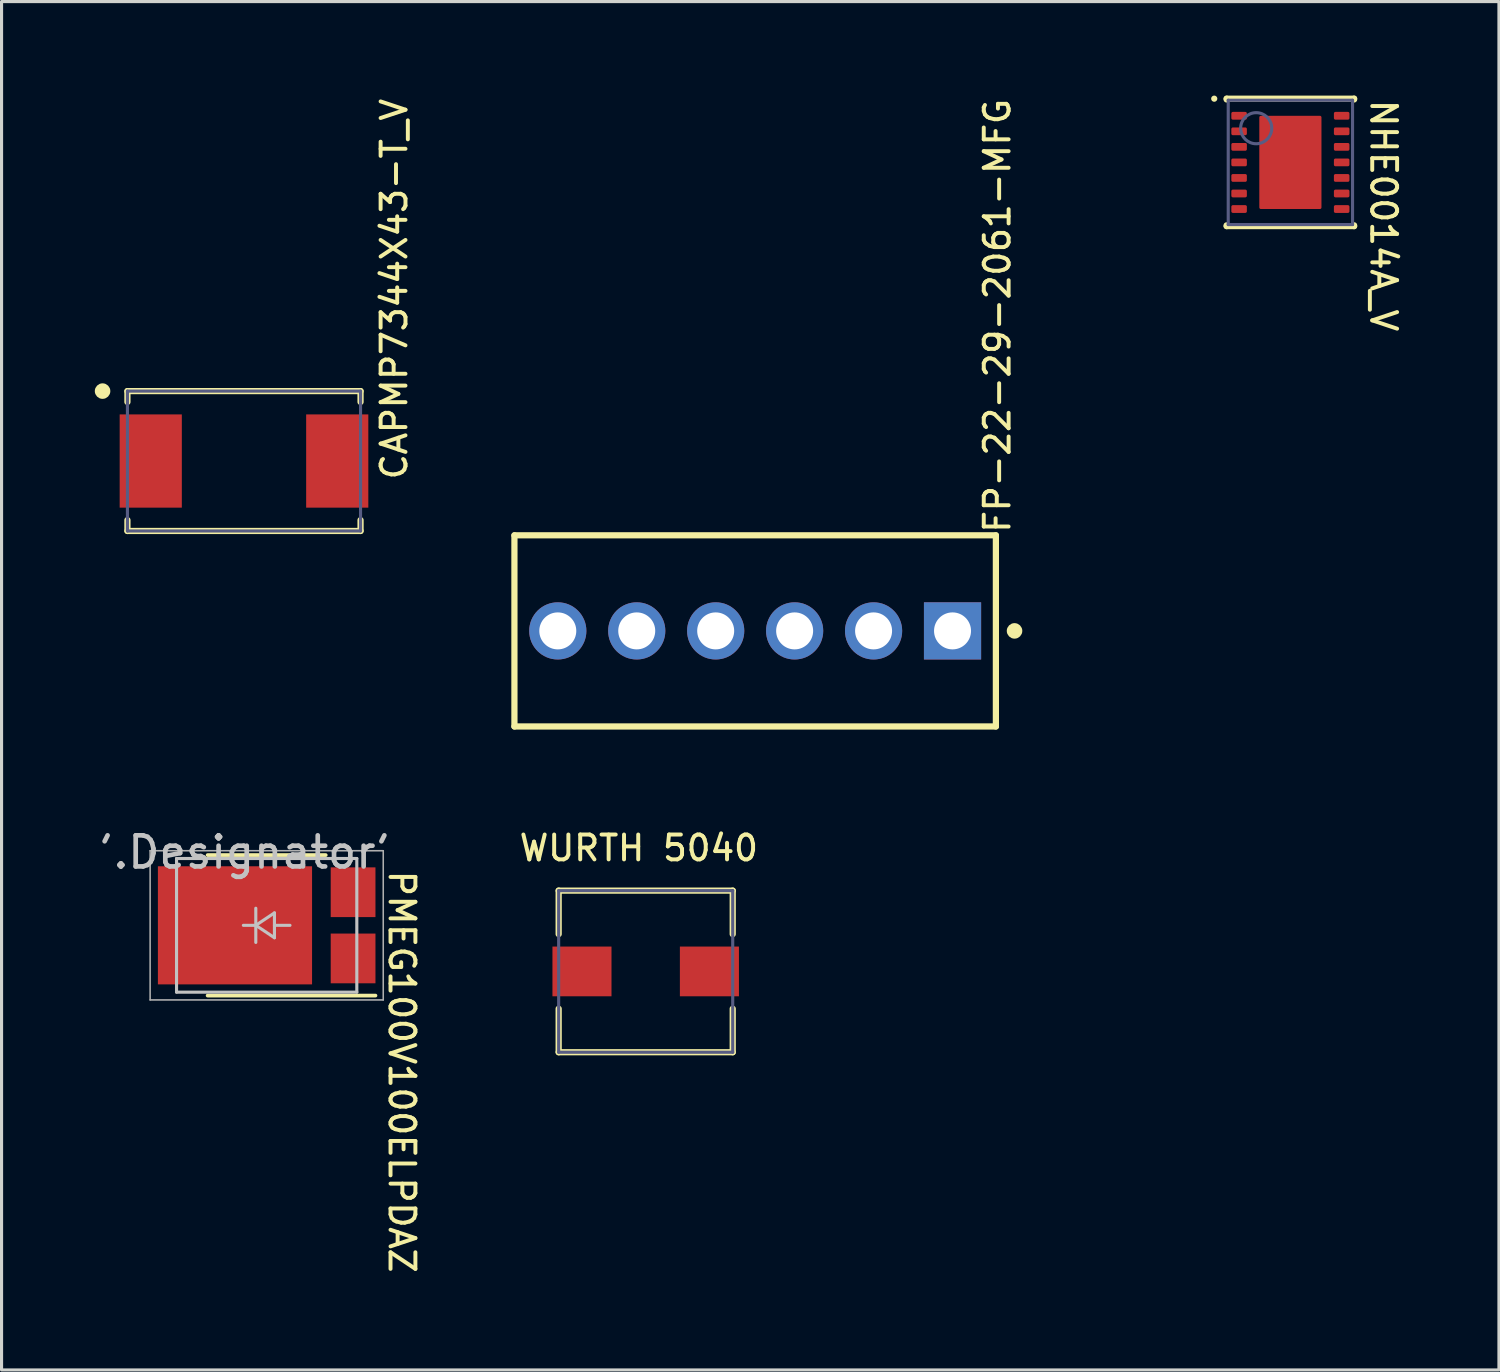
<source format=kicad_pcb>
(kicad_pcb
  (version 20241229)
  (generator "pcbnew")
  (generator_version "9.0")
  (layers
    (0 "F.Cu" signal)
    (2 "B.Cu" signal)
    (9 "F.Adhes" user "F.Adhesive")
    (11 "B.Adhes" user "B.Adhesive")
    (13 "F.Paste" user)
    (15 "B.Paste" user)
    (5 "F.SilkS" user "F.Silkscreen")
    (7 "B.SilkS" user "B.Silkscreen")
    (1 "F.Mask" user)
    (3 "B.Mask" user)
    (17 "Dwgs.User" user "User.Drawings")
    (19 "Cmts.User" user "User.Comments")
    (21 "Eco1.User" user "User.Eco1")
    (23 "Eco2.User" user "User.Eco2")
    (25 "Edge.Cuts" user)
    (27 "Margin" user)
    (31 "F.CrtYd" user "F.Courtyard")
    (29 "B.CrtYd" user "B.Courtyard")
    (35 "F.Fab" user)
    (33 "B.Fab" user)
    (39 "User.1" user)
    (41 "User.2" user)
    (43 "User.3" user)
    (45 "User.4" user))
  (footprint "NHE0014A_V"
    (layer "F.Cu")
    (at 38.466 2.175)
    (property "Reference" "NHE0014A_V" (at 2.529 -2.087 270) (unlocked yes) (layer "F.SilkS") (effects (font (size 0.8 0.8) (thickness 0.127)) (justify left bottom)))
    (fp_line (start -2.05 -2.05) (end -2.05 -2.025) (stroke (width 0.2) (type solid)) (layer "F.SilkS"))
    (fp_line (start -2.05 -2.05) (end 2.05 -2.05) (stroke (width 0.2) (type solid)) (layer "F.SilkS"))
    (fp_line (start -2.05 2.025) (end -2.05 2.05) (stroke (width 0.2) (type solid)) (layer "F.SilkS"))
    (fp_line (start -2.05 2.05) (end 2.05 2.05) (stroke (width 0.2) (type solid)) (layer "F.SilkS"))
    (fp_line (start 2.05 -2.05) (end 2.05 -2.025) (stroke (width 0.2) (type solid)) (layer "F.SilkS"))
    (fp_line (start 2.05 2.025) (end 2.05 2.05) (stroke (width 0.2) (type solid)) (layer "F.SilkS"))
    (fp_circle (center -2.45 -2.05) (end -2.4 -2.05) (stroke (width 0.1) (type solid)) (fill no) (layer "F.SilkS"))
    (fp_poly (pts (xy -0.106 -1.388) (xy -0.106 -0.078) (xy -0.887 -0.078) (xy -0.887 -1.388)) (stroke (width 0) (type solid)) (fill yes) (layer "F.Paste"))
    (fp_poly (pts (xy -0.106 0.122) (xy -0.106 1.432) (xy -0.887 1.432) (xy -0.887 0.122)) (stroke (width 0) (type solid)) (fill yes) (layer "F.Paste"))
    (fp_poly (pts (xy 0.875 -1.388) (xy 0.875 -0.078) (xy 0.094 -0.078) (xy 0.094 -1.388)) (stroke (width 0) (type solid)) (fill yes) (layer "F.Paste"))
    (fp_poly (pts (xy 0.875 0.122) (xy 0.875 1.432) (xy 0.094 1.432) (xy 0.094 0.122)) (stroke (width 0) (type solid)) (fill yes) (layer "F.Paste"))
    (fp_line (start -2.15 -2.15) (end -2.15 2.15) (stroke (width 0.05) (type solid)) (layer "Eco1.User"))
    (fp_line (start -2.15 -2.15) (end 2.15 -2.15) (stroke (width 0.05) (type solid)) (layer "Eco1.User"))
    (fp_line (start -2.15 2.15) (end 2.15 2.15) (stroke (width 0.05) (type solid)) (layer "Eco1.User"))
    (fp_line (start -0.5 0) (end 0.5 0) (stroke (width 0.1) (type solid)) (layer "Eco1.User"))
    (fp_line (start 0.000018 -0.5) (end 0.000018 0.5) (stroke (width 0.1) (type solid)) (layer "Eco1.User"))
    (fp_line (start 2.15 -2.15) (end 2.15 2.15) (stroke (width 0.05) (type solid)) (layer "Eco1.User"))
    (fp_line (start -2 -2) (end -2 2) (stroke (width 0.1) (type solid)) (layer "B.Fab"))
    (fp_line (start -2 -2) (end 2 -2) (stroke (width 0.1) (type solid)) (layer "B.Fab"))
    (fp_line (start -2 2) (end 2 2) (stroke (width 0.1) (type solid)) (layer "B.Fab"))
    (fp_line (start 2 -2) (end 2 2) (stroke (width 0.1) (type solid)) (layer "B.Fab"))
    (fp_circle (center -1.1 -1.1) (end -0.6 -1.1) (stroke (width 0.1) (type solid)) (fill no) (layer "B.Fab"))
    (fp_text user "${REFERENCE}" (at -1.524 0.635 0) (unlocked yes) (layer "User.1") (effects (font (size 0.8 0.8) (thickness 0.1))))
    (pad "1" smd roundrect (at -1.65 -1.5 90) (size 0.25 0.5) (layers "F.Cu" "F.Mask" "F.Paste") (roundrect_rratio 0.2))
    (pad "2" smd roundrect (at -1.65 -1 90) (size 0.25 0.5) (layers "F.Cu" "F.Mask" "F.Paste") (roundrect_rratio 0.2))
    (pad "3" smd roundrect (at -1.65 -0.5 90) (size 0.25 0.5) (layers "F.Cu" "F.Mask" "F.Paste") (roundrect_rratio 0.2))
    (pad "4" smd roundrect (at -1.65 0 90) (size 0.25 0.5) (layers "F.Cu" "F.Mask" "F.Paste") (roundrect_rratio 0.2))
    (pad "5" smd roundrect (at -1.65 0.5 90) (size 0.25 0.5) (layers "F.Cu" "F.Mask" "F.Paste") (roundrect_rratio 0.2))
    (pad "6" smd roundrect (at -1.65 1 90) (size 0.25 0.5) (layers "F.Cu" "F.Mask" "F.Paste") (roundrect_rratio 0.2))
    (pad "7" smd roundrect (at -1.65 1.5 90) (size 0.25 0.5) (layers "F.Cu" "F.Mask" "F.Paste") (roundrect_rratio 0.2))
    (pad "8" smd roundrect (at 1.65 1.5 90) (size 0.25 0.5) (layers "F.Cu" "F.Mask" "F.Paste") (roundrect_rratio 0.2))
    (pad "9" smd roundrect (at 1.65 1 90) (size 0.25 0.5) (layers "F.Cu" "F.Mask" "F.Paste") (roundrect_rratio 0.2))
    (pad "10" smd roundrect (at 1.65 0.5 90) (size 0.25 0.5) (layers "F.Cu" "F.Mask" "F.Paste") (roundrect_rratio 0.2))
    (pad "11" smd roundrect (at 1.65 0 90) (size 0.25 0.5) (layers "F.Cu" "F.Mask" "F.Paste") (roundrect_rratio 0.2))
    (pad "12" smd roundrect (at 1.65 -0.5 90) (size 0.25 0.5) (layers "F.Cu" "F.Mask" "F.Paste") (roundrect_rratio 0.2))
    (pad "13" smd roundrect (at 1.65 -1 90) (size 0.25 0.5) (layers "F.Cu" "F.Mask" "F.Paste") (roundrect_rratio 0.2))
    (pad "14" smd roundrect (at 1.65 -1.5 90) (size 0.25 0.5) (layers "F.Cu" "F.Mask" "F.Paste") (roundrect_rratio 0.2))
    (pad "15" smd roundrect (at 0.000018 0 90) (size 3 2) (layers "F.Cu" "F.Mask" "F.Paste") (roundrect_rratio 0.025)))
  (footprint "WURTH 5040"
    (layer "F.Cu")
    (at 17.724 28.204)
    (property "Reference" "WURTH 5040" (at -4.133 -3.5 0) (unlocked yes) (layer "F.SilkS") (effects (font (size 0.8 0.8) (thickness 0.127)) (justify left bottom)))
    (fp_line (start -2.8 -2.6) (end 2.8 -2.6) (stroke (width 0.2) (type solid)) (layer "F.SilkS"))
    (fp_line (start -2.8 -1.2) (end -2.8 -2.6) (stroke (width 0.2) (type solid)) (layer "F.SilkS"))
    (fp_line (start -2.8 2.6) (end -2.8 1.2) (stroke (width 0.2) (type solid)) (layer "F.SilkS"))
    (fp_line (start -2.8 2.6) (end 2.8 2.6) (stroke (width 0.2) (type solid)) (layer "F.SilkS"))
    (fp_line (start 2.8 -1.2) (end 2.8 -2.6) (stroke (width 0.2) (type solid)) (layer "F.SilkS"))
    (fp_line (start 2.8 2.6) (end 2.8 1.2) (stroke (width 0.2) (type solid)) (layer "F.SilkS"))
    (fp_line (start -3.5 -3.05) (end 3.5 -3.05) (stroke (width 0.05) (type solid)) (layer "Eco1.User"))
    (fp_line (start -3.5 3.05) (end -3.5 -3.05) (stroke (width 0.05) (type solid)) (layer "Eco1.User"))
    (fp_line (start -3.5 3.05) (end 3.5 3.05) (stroke (width 0.05) (type solid)) (layer "Eco1.User"))
    (fp_line (start -0.5 0.000003) (end 0.5 0.000003) (stroke (width 0.1) (type solid)) (layer "Eco1.User"))
    (fp_line (start 0.000022 0.5) (end 0.000022 -0.5) (stroke (width 0.1) (type solid)) (layer "Eco1.User"))
    (fp_line (start 3.5 3.05) (end 3.5 -3.05) (stroke (width 0.05) (type solid)) (layer "Eco1.User"))
    (fp_line (start -2.8 -2.6) (end 2.8 -2.6) (stroke (width 0.1) (type solid)) (layer "B.Fab"))
    (fp_line (start -2.8 2.6) (end -2.8 -2.6) (stroke (width 0.1) (type solid)) (layer "B.Fab"))
    (fp_line (start -2.8 2.6) (end 2.8 2.6) (stroke (width 0.1) (type solid)) (layer "B.Fab"))
    (fp_line (start 2.8 2.6) (end 2.8 -2.6) (stroke (width 0.1) (type solid)) (layer "B.Fab"))
    (pad "1" smd rect (at -2.05 0.000003 90) (size 1.6 1.9) (layers "F.Cu" "F.Mask" "F.Paste"))
    (pad "2" smd rect (at 2.05 0.000003 90) (size 1.6 1.9) (layers "F.Cu" "F.Mask" "F.Paste")))
  (footprint "FP-22-29-2061-MFG"
    (layer "F.Cu")
    (at 21.246 17.248)
    (property "Reference" "FP-22-29-2061-MFG" (at 8.259 -3.084 90) (unlocked yes) (layer "F.SilkS") (effects (font (size 0.8 0.8) (thickness 0.127)) (justify left bottom)))
    (fp_line (start -7.745 3.075) (end -7.745 -3.075) (stroke (width 0.2) (type solid)) (layer "F.SilkS"))
    (fp_line (start 7.745 -3.075) (end -7.745 -3.075) (stroke (width 0.2) (type solid)) (layer "F.SilkS"))
    (fp_line (start 7.745 3.075) (end -7.745 3.075) (stroke (width 0.2) (type solid)) (layer "F.SilkS"))
    (fp_line (start 7.745 3.075) (end 7.745 -3.075) (stroke (width 0.2) (type solid)) (layer "F.SilkS"))
    (fp_circle (center 8.345 0) (end 8.22 0) (stroke (width 0.25) (type solid)) (fill no) (layer "F.SilkS"))
    (fp_line (start 0 0.5) (end 0 -0.5) (stroke (width 0.1) (type solid)) (layer "Eco1.User"))
    (fp_line (start 0.5 0) (end -0.5 0) (stroke (width 0.1) (type solid)) (layer "Eco1.User"))
    (fp_line (start -7.745 3.075) (end -7.745 -3.075) (stroke (width 0.2) (type solid)) (layer "User.2"))
    (fp_line (start 7.745 -3.075) (end -7.745 -3.075) (stroke (width 0.2) (type solid)) (layer "User.2"))
    (fp_line (start 7.745 3.075) (end -7.745 3.075) (stroke (width 0.2) (type solid)) (layer "User.2"))
    (fp_line (start 7.745 3.075) (end 7.745 -3.075) (stroke (width 0.2) (type solid)) (layer "User.2"))
    (fp_line (start -7.845 3.175) (end -7.845 -3.175) (stroke (width 0.2) (type solid)) (layer "User.3"))
    (fp_line (start 7.845 -3.175) (end -7.845 -3.175) (stroke (width 0.2) (type solid)) (layer "User.3"))
    (fp_line (start 7.845 3.175) (end -7.845 3.175) (stroke (width 0.2) (type solid)) (layer "User.3"))
    (fp_line (start 7.845 3.175) (end 7.845 -3.175) (stroke (width 0.2) (type solid)) (layer "User.3"))
    (fp_line (start -7.845 3.175) (end -7.845 -3.175) (stroke (width 0.2) (type solid)) (layer "User.5"))
    (fp_line (start 7.845 -3.175) (end -7.845 -3.175) (stroke (width 0.2) (type solid)) (layer "User.5"))
    (fp_line (start 7.845 3.175) (end -7.845 3.175) (stroke (width 0.2) (type solid)) (layer "User.5"))
    (fp_line (start 7.845 3.175) (end 7.845 -3.175) (stroke (width 0.2) (type solid)) (layer "User.5"))
    (fp_text user "${REFERENCE}" (at -0.002 -0.01 0) (unlocked yes) (layer "User.5") (effects (font (size 0.5 0.5) (thickness 0.1)) (justify left bottom)))
    (pad "1" thru_hole rect (at 6.35 0) (size 1.84 1.84) (drill 1.19) (layers "*.Cu" "*.Mask"))
    (pad "2" thru_hole circle (at 3.81 0) (size 1.84 1.84) (drill 1.19) (layers "*.Cu" "*.Mask"))
    (pad "3" thru_hole circle (at 1.27 0) (size 1.84 1.84) (drill 1.19) (layers "*.Cu" "*.Mask"))
    (pad "4" thru_hole circle (at -1.27 0) (size 1.84 1.84) (drill 1.19) (layers "*.Cu" "*.Mask"))
    (pad "5" thru_hole circle (at -3.81 0) (size 1.84 1.84) (drill 1.19) (layers "*.Cu" "*.Mask"))
    (pad "6" thru_hole circle (at -6.35 0) (size 1.84 1.84) (drill 1.19) (layers "*.Cu" "*.Mask")))
  (footprint "CAPMP7344X43-T_V"
    (layer "F.Cu")
    (at 4.8 11.783)
    (property "Reference" "CAPMP7344X43-T_V" (at 5.3 0.666 90) (unlocked yes) (layer "F.SilkS") (effects (font (size 0.8 0.8) (thickness 0.127)) (justify left bottom)))
    (fp_line (start -3.75 -1.9) (end -3.75 -2.25) (stroke (width 0.2) (type solid)) (layer "F.SilkS"))
    (fp_line (start -3.75 2.25) (end -3.75 1.9) (stroke (width 0.2) (type solid)) (layer "F.SilkS"))
    (fp_line (start 3.75 -2.25) (end -3.75 -2.25) (stroke (width 0.2) (type solid)) (layer "F.SilkS"))
    (fp_line (start 3.75 -1.9) (end 3.75 -2.25) (stroke (width 0.2) (type solid)) (layer "F.SilkS"))
    (fp_line (start 3.75 2.25) (end -3.75 2.25) (stroke (width 0.2) (type solid)) (layer "F.SilkS"))
    (fp_line (start 3.75 2.25) (end 3.75 1.9) (stroke (width 0.2) (type solid)) (layer "F.SilkS"))
    (fp_circle (center -4.55 -2.25) (end -4.675 -2.25) (stroke (width 0.25) (type solid)) (fill no) (layer "F.SilkS"))
    (fp_line (start -4.1 2.35) (end -4.1 -2.35) (stroke (width 0.05) (type solid)) (layer "Eco1.User"))
    (fp_line (start 0 0.5) (end 0 -0.5) (stroke (width 0.1) (type solid)) (layer "Eco1.User"))
    (fp_line (start 0.5 -0.000025) (end -0.5 -0.000025) (stroke (width 0.1) (type solid)) (layer "Eco1.User"))
    (fp_line (start 4.1 -2.35) (end -4.1 -2.35) (stroke (width 0.05) (type solid)) (layer "Eco1.User"))
    (fp_line (start 4.1 2.35) (end -4.1 2.35) (stroke (width 0.05) (type solid)) (layer "Eco1.User"))
    (fp_line (start 4.1 2.35) (end 4.1 -2.35) (stroke (width 0.05) (type solid)) (layer "Eco1.User"))
    (fp_line (start -3.75 2.25) (end -3.75 -2.25) (stroke (width 0.1) (type solid)) (layer "B.Fab"))
    (fp_line (start 3.75 -2.25) (end -3.75 -2.25) (stroke (width 0.1) (type solid)) (layer "B.Fab"))
    (fp_line (start 3.75 2.25) (end -3.75 2.25) (stroke (width 0.1) (type solid)) (layer "B.Fab"))
    (fp_line (start 3.75 2.25) (end 3.75 -2.25) (stroke (width 0.1) (type solid)) (layer "B.Fab"))
    (pad "1" smd rect (at -3 -0.000025) (size 2 3) (layers "F.Cu" "F.Mask" "F.Paste"))
    (pad "2" smd rect (at 3 -0.000025) (size 2 3) (layers "F.Cu" "F.Mask" "F.Paste")))
  (footprint "PMEG100V100ELPDAZ"
    (layer "F.Cu")
    (at 4.514 26.721)
    (property "Reference" "PMEG100V100ELPDAZ" (at 4.896 -1.831 270) (unlocked yes) (layer "F.SilkS") (effects (font (size 0.8 0.8) (thickness 0.127)) (justify left bottom)))
    (fp_line (start -0.884 -2.26) (end 2.916 -2.26) (stroke (width 0.12) (type solid)) (layer "F.SilkS"))
    (fp_line (start -0.884 2.26) (end 4.516 2.26) (stroke (width 0.12) (type solid)) (layer "F.SilkS"))
    (fp_poly (pts (xy -2.366 -1.8) (xy -2.366 -0.1) (xy -0.466 -0.1) (xy -0.466 -1.8)) (stroke (width 0) (type solid)) (fill yes) (layer "F.Paste"))
    (fp_poly (pts (xy -2.366 0.1) (xy -2.366 1.8) (xy -0.466 1.8) (xy -0.466 0.1)) (stroke (width 0) (type solid)) (fill yes) (layer "F.Paste"))
    (fp_poly (pts (xy -0.266 -1.8) (xy -0.266 -0.1) (xy 1.634 -0.1) (xy 1.634 -1.8)) (stroke (width 0) (type solid)) (fill yes) (layer "F.Paste"))
    (fp_poly (pts (xy -0.266 0.1) (xy -0.266 1.8) (xy 1.634 1.8) (xy 1.634 0.1)) (stroke (width 0) (type solid)) (fill yes) (layer "F.Paste"))
    (fp_poly (pts (xy 1.834 -1.2) (xy 1.834 1.2) (xy 2.434 1.2) (xy 2.434 -1.2)) (stroke (width 0) (type solid)) (fill yes) (layer "F.Paste"))
    (fp_line (start -1.884 -2.15) (end -1.884 2.15) (stroke (width 0.1) (type solid)) (layer "Dwgs.User"))
    (fp_line (start -1.884 -2.15) (end 3.916 -2.15) (stroke (width 0.1) (type solid)) (layer "Dwgs.User"))
    (fp_line (start -1.884 2.15) (end 3.916 2.15) (stroke (width 0.1) (type solid)) (layer "Dwgs.User"))
    (fp_line (start 0.266 0) (end 0.666 0) (stroke (width 0.1) (type solid)) (layer "Dwgs.User"))
    (fp_line (start 0.666 -0.55) (end 0.666 0.55) (stroke (width 0.1) (type solid)) (layer "Dwgs.User"))
    (fp_line (start 0.666 0) (end 1.266 0.4) (stroke (width 0.1) (type solid)) (layer "Dwgs.User"))
    (fp_line (start 1.266 -0.4) (end 0.666 0) (stroke (width 0.1) (type solid)) (layer "Dwgs.User"))
    (fp_line (start 1.266 -0.4) (end 1.266 0.4) (stroke (width 0.1) (type solid)) (layer "Dwgs.User"))
    (fp_line (start 1.266 0) (end 1.766 0) (stroke (width 0.1) (type solid)) (layer "Dwgs.User"))
    (fp_line (start 3.916 -2.15) (end 3.916 2.15) (stroke (width 0.1) (type solid)) (layer "Dwgs.User"))
    (fp_line (start -2.734 -2.4) (end -2.734 2.4) (stroke (width 0.05) (type solid)) (layer "F.Fab"))
    (fp_line (start -2.734 -2.4) (end 4.766 -2.4) (stroke (width 0.05) (type solid)) (layer "F.Fab"))
    (fp_line (start -2.734 2.4) (end 4.766 2.4) (stroke (width 0.05) (type solid)) (layer "F.Fab"))
    (fp_line (start 4.766 -2.4) (end 4.766 2.4) (stroke (width 0.05) (type solid)) (layer "F.Fab"))
    (fp_text user "'.Designator'" (at 0.302 -2.35 0) (unlocked yes) (layer "Dwgs.User") (effects (font (size 1 1) (thickness 0.15))))
    (pad "1" smd rect (at 3.796 1.065) (size 1.44 1.6) (layers "F.Cu" "F.Mask" "F.Paste"))
    (pad "2" smd rect (at 3.796 -1.065) (size 1.44 1.6) (layers "F.Cu" "F.Mask" "F.Paste"))
    (pad "3" smd rect (at -0.004 0) (size 4.96 3.8) (layers "F.Cu" "F.Mask" "F.Paste")))
  (gr_rect
    (start -3 -3)
    (end 45.176 41.025)
    (stroke (width 0.1) (type default))
    (fill no)
    (layer "Edge.Cuts")))
</source>
